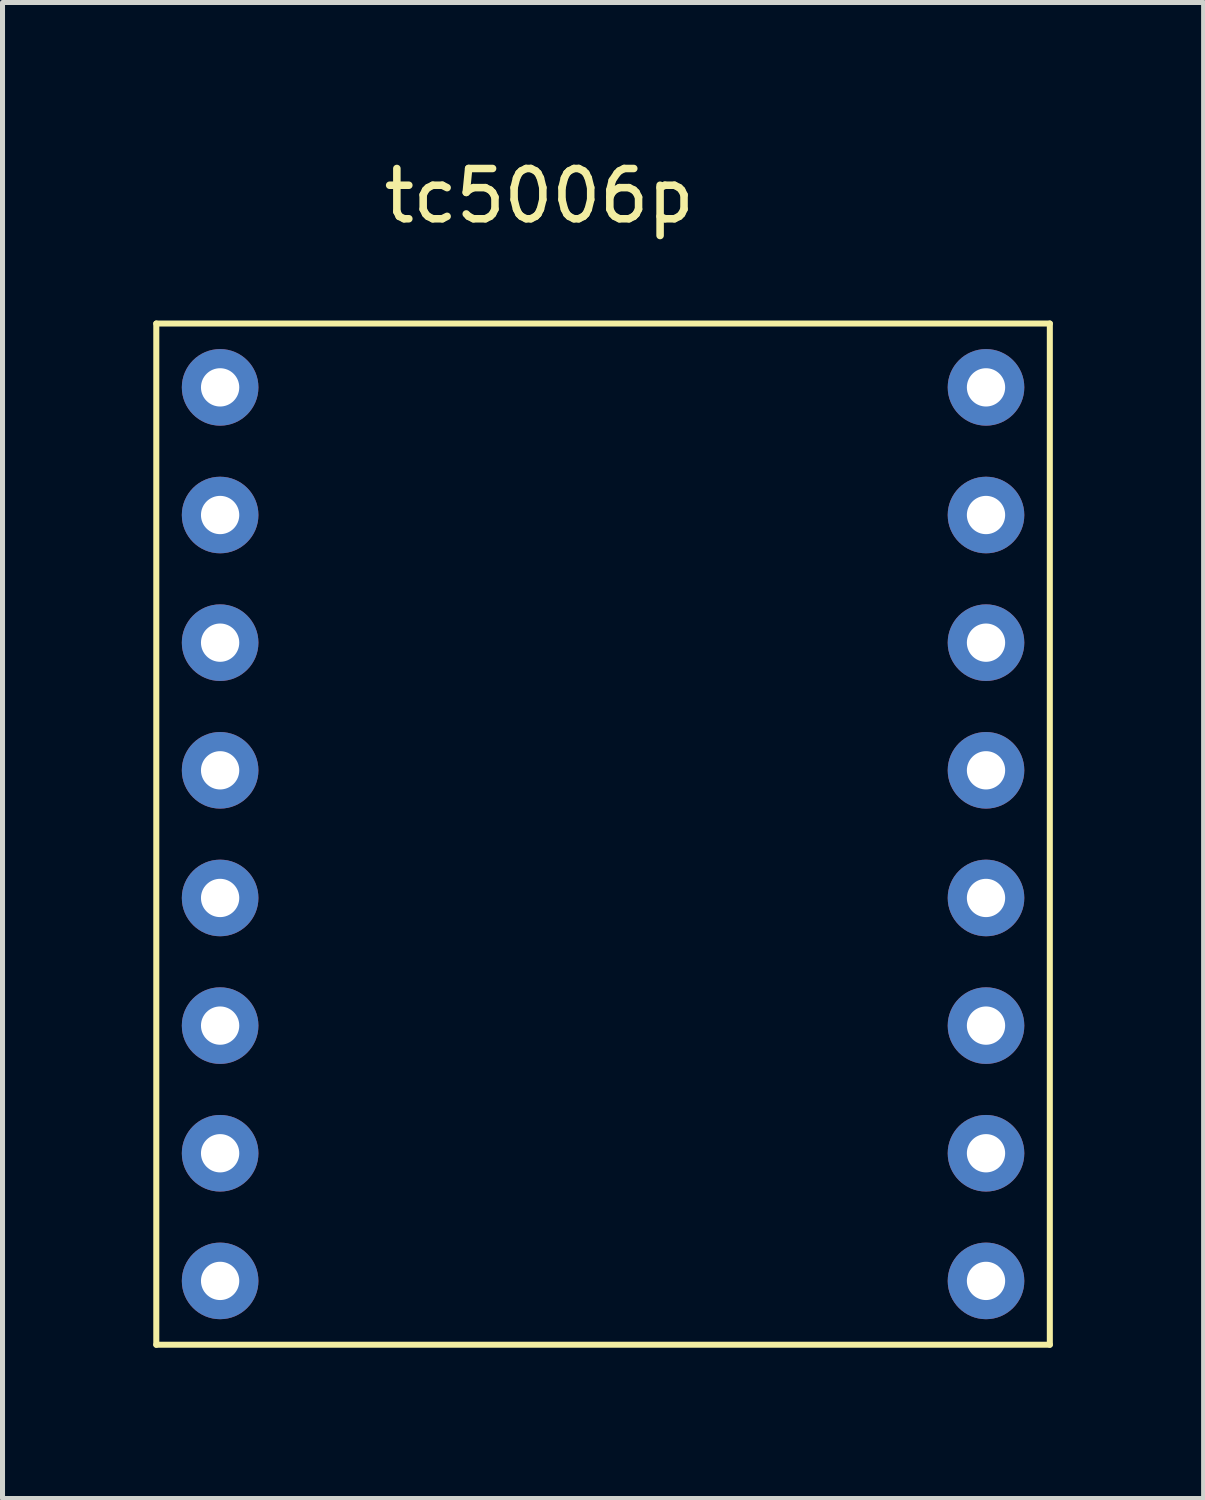
<source format=kicad_pcb>
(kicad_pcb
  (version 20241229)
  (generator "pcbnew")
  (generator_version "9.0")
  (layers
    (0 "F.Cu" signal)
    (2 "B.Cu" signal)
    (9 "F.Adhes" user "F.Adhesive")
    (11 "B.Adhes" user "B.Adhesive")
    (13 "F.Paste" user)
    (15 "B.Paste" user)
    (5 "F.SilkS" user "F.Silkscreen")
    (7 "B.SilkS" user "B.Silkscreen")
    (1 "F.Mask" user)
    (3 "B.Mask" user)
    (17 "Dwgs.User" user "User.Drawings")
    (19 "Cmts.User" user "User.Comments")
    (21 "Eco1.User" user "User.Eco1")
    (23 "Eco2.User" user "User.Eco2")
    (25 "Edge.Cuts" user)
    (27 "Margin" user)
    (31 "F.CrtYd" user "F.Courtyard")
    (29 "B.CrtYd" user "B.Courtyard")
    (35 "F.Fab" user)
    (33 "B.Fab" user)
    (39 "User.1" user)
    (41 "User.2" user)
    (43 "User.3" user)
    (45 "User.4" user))
  (footprint "tc5006p"
    (layer "F.Cu")
    (at 2.6 4.658)
    (property "Reference" "tc5006p" (at 5.08 -3.81 0) (layer "F.SilkS") (effects (font (size 1 1) (thickness 0.15))))
    (attr through_hole)
    (fp_line (start -2.54 -1.27) (end 15.24 -1.27) (stroke (width 0.12) (type solid)) (layer "F.SilkS"))
    (fp_line (start -2.54 19.05) (end -2.54 -1.27) (stroke (width 0.12) (type solid)) (layer "F.SilkS"))
    (fp_line (start 15.24 -1.27) (end 15.24 19.05) (stroke (width 0.12) (type solid)) (layer "F.SilkS"))
    (fp_line (start 15.24 19.05) (end -2.54 19.05) (stroke (width 0.12) (type solid)) (layer "F.SilkS"))
    (pad "1" thru_hole circle (at -1.27 0) (size 1.524 1.524) (drill 0.762) (layers "*.Cu" "*.Mask"))
    (pad "2" thru_hole circle (at -1.27 2.54) (size 1.524 1.524) (drill 0.762) (layers "*.Cu" "*.Mask"))
    (pad "3" thru_hole circle (at -1.27 5.08) (size 1.524 1.524) (drill 0.762) (layers "*.Cu" "*.Mask"))
    (pad "4" thru_hole circle (at -1.27 7.62) (size 1.524 1.524) (drill 0.762) (layers "*.Cu" "*.Mask"))
    (pad "5" thru_hole circle (at -1.27 10.16) (size 1.524 1.524) (drill 0.762) (layers "*.Cu" "*.Mask"))
    (pad "6" thru_hole circle (at -1.27 12.7) (size 1.524 1.524) (drill 0.762) (layers "*.Cu" "*.Mask"))
    (pad "7" thru_hole circle (at -1.27 15.24) (size 1.524 1.524) (drill 0.762) (layers "*.Cu" "*.Mask"))
    (pad "8" thru_hole circle (at -1.27 17.78) (size 1.524 1.524) (drill 0.762) (layers "*.Cu" "*.Mask"))
    (pad "9" thru_hole circle (at 13.97 17.78) (size 1.524 1.524) (drill 0.762) (layers "*.Cu" "*.Mask"))
    (pad "10" thru_hole circle (at 13.97 15.24) (size 1.524 1.524) (drill 0.762) (layers "*.Cu" "*.Mask"))
    (pad "11" thru_hole circle (at 13.97 12.7) (size 1.524 1.524) (drill 0.762) (layers "*.Cu" "*.Mask"))
    (pad "12" thru_hole circle (at 13.97 10.16) (size 1.524 1.524) (drill 0.762) (layers "*.Cu" "*.Mask"))
    (pad "13" thru_hole circle (at 13.97 7.62) (size 1.524 1.524) (drill 0.762) (layers "*.Cu" "*.Mask"))
    (pad "14" thru_hole circle (at 13.97 5.08) (size 1.524 1.524) (drill 0.762) (layers "*.Cu" "*.Mask"))
    (pad "15" thru_hole circle (at 13.97 2.54) (size 1.524 1.524) (drill 0.762) (layers "*.Cu" "*.Mask"))
    (pad "16" thru_hole circle (at 13.97 0) (size 1.524 1.524) (drill 0.762) (layers "*.Cu" "*.Mask")))
  (gr_rect
    (start -3 -3)
    (end 20.9 26.768)
    (stroke (width 0.1) (type default))
    (fill no)
    (layer "Edge.Cuts")))
</source>
